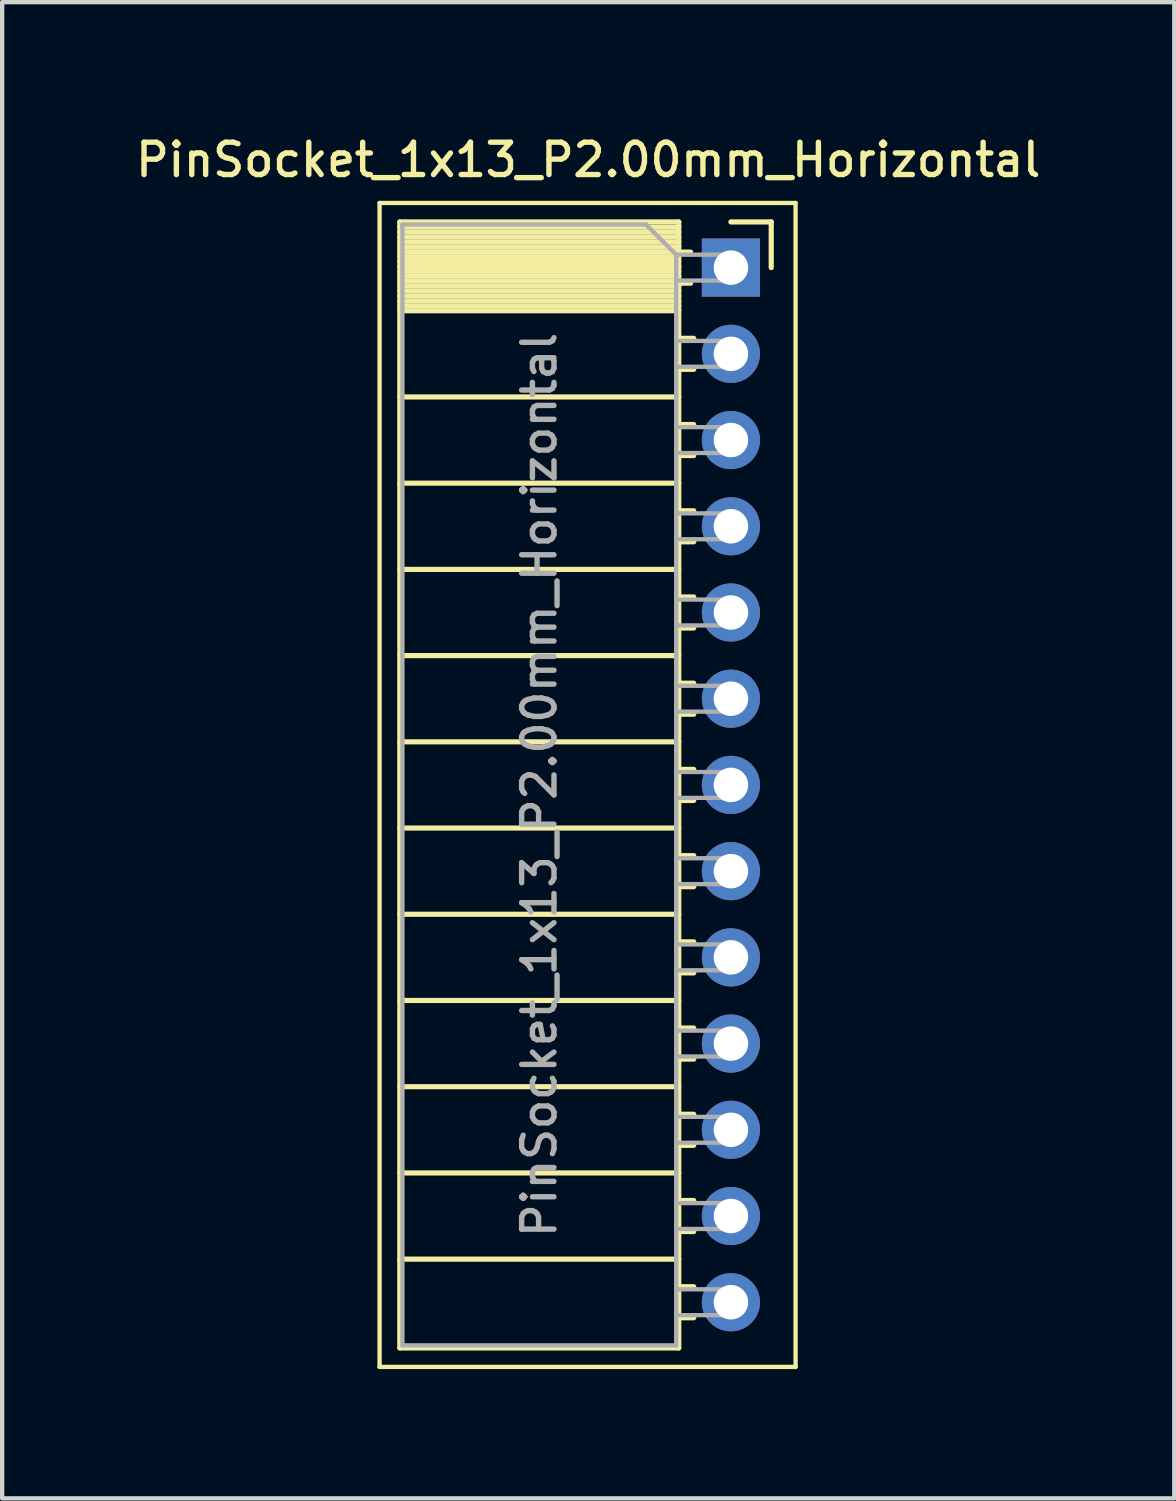
<source format=kicad_pcb>
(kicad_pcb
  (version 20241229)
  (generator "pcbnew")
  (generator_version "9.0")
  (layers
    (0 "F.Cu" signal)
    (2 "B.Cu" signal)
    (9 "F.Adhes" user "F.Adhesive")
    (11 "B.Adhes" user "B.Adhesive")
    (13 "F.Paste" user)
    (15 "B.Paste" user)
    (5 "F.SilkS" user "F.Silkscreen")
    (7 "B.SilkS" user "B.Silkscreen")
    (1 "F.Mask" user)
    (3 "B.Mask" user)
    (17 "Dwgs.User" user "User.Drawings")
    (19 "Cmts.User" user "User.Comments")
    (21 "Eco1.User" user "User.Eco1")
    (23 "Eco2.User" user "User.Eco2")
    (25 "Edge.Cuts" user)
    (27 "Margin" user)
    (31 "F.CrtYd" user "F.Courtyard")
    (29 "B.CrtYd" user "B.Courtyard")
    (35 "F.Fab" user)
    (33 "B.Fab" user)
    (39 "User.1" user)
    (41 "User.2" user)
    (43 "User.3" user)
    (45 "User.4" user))
  (footprint "PinSocket_1x13_P2.00mm_Horizontal"
    (layer "F.Cu")
    (at 13.905 3.158)
    (property "Reference" "PinSocket_1x13_P2.00mm_Horizontal" (at -3.31 -2.5 0) (layer "F.SilkS") (effects (font (size 0.75 0.75) (thickness 0.125))))
    (attr through_hole)
    (fp_line (start -8.15 -1.5) (end -8.15 25.5) (stroke (width 0.1) (type solid)) (layer "F.SilkS"))
    (fp_line (start -8.15 25.5) (end 1.5 25.5) (stroke (width 0.1) (type solid)) (layer "F.SilkS"))
    (fp_line (start -7.68 -1.06) (end -7.68 25.06) (stroke (width 0.12) (type solid)) (layer "F.SilkS"))
    (fp_line (start -7.68 -1.06) (end -1.21 -1.06) (stroke (width 0.12) (type solid)) (layer "F.SilkS"))
    (fp_line (start -7.68 -0.94) (end -1.21 -0.94) (stroke (width 0.12) (type solid)) (layer "F.SilkS"))
    (fp_line (start -7.68 -0.826) (end -1.21 -0.826) (stroke (width 0.12) (type solid)) (layer "F.SilkS"))
    (fp_line (start -7.68 -0.712) (end -1.21 -0.712) (stroke (width 0.12) (type solid)) (layer "F.SilkS"))
    (fp_line (start -7.68 -0.598) (end -1.21 -0.598) (stroke (width 0.12) (type solid)) (layer "F.SilkS"))
    (fp_line (start -7.68 -0.484) (end -1.21 -0.484) (stroke (width 0.12) (type solid)) (layer "F.SilkS"))
    (fp_line (start -7.68 -0.369) (end -1.21 -0.369) (stroke (width 0.12) (type solid)) (layer "F.SilkS"))
    (fp_line (start -7.68 -0.255) (end -1.21 -0.255) (stroke (width 0.12) (type solid)) (layer "F.SilkS"))
    (fp_line (start -7.68 -0.141) (end -1.21 -0.141) (stroke (width 0.12) (type solid)) (layer "F.SilkS"))
    (fp_line (start -7.68 -0.027) (end -1.21 -0.027) (stroke (width 0.12) (type solid)) (layer "F.SilkS"))
    (fp_line (start -7.68 0.087) (end -1.21 0.087) (stroke (width 0.12) (type solid)) (layer "F.SilkS"))
    (fp_line (start -7.68 0.201) (end -1.21 0.201) (stroke (width 0.12) (type solid)) (layer "F.SilkS"))
    (fp_line (start -7.68 0.315) (end -1.21 0.315) (stroke (width 0.12) (type solid)) (layer "F.SilkS"))
    (fp_line (start -7.68 0.429) (end -1.21 0.429) (stroke (width 0.12) (type solid)) (layer "F.SilkS"))
    (fp_line (start -7.68 0.544) (end -1.21 0.544) (stroke (width 0.12) (type solid)) (layer "F.SilkS"))
    (fp_line (start -7.68 0.658) (end -1.21 0.658) (stroke (width 0.12) (type solid)) (layer "F.SilkS"))
    (fp_line (start -7.68 0.772) (end -1.21 0.772) (stroke (width 0.12) (type solid)) (layer "F.SilkS"))
    (fp_line (start -7.68 0.886) (end -1.21 0.886) (stroke (width 0.12) (type solid)) (layer "F.SilkS"))
    (fp_line (start -7.68 1) (end -1.21 1) (stroke (width 0.12) (type solid)) (layer "F.SilkS"))
    (fp_line (start -7.68 3) (end -1.21 3) (stroke (width 0.12) (type solid)) (layer "F.SilkS"))
    (fp_line (start -7.68 5) (end -1.21 5) (stroke (width 0.12) (type solid)) (layer "F.SilkS"))
    (fp_line (start -7.68 7) (end -1.21 7) (stroke (width 0.12) (type solid)) (layer "F.SilkS"))
    (fp_line (start -7.68 9) (end -1.21 9) (stroke (width 0.12) (type solid)) (layer "F.SilkS"))
    (fp_line (start -7.68 11) (end -1.21 11) (stroke (width 0.12) (type solid)) (layer "F.SilkS"))
    (fp_line (start -7.68 13) (end -1.21 13) (stroke (width 0.12) (type solid)) (layer "F.SilkS"))
    (fp_line (start -7.68 15) (end -1.21 15) (stroke (width 0.12) (type solid)) (layer "F.SilkS"))
    (fp_line (start -7.68 17) (end -1.21 17) (stroke (width 0.12) (type solid)) (layer "F.SilkS"))
    (fp_line (start -7.68 19) (end -1.21 19) (stroke (width 0.12) (type solid)) (layer "F.SilkS"))
    (fp_line (start -7.68 21) (end -1.21 21) (stroke (width 0.12) (type solid)) (layer "F.SilkS"))
    (fp_line (start -7.68 23) (end -1.21 23) (stroke (width 0.12) (type solid)) (layer "F.SilkS"))
    (fp_line (start -7.68 25.06) (end -1.21 25.06) (stroke (width 0.12) (type solid)) (layer "F.SilkS"))
    (fp_line (start -1.21 -1.06) (end -1.21 25.06) (stroke (width 0.12) (type solid)) (layer "F.SilkS"))
    (fp_line (start -1.21 -0.36) (end -0.935 -0.36) (stroke (width 0.12) (type solid)) (layer "F.SilkS"))
    (fp_line (start -1.21 0.36) (end -0.935 0.36) (stroke (width 0.12) (type solid)) (layer "F.SilkS"))
    (fp_line (start -1.21 1.64) (end -0.863 1.64) (stroke (width 0.12) (type solid)) (layer "F.SilkS"))
    (fp_line (start -1.21 2.36) (end -0.863 2.36) (stroke (width 0.12) (type solid)) (layer "F.SilkS"))
    (fp_line (start -1.21 3.64) (end -0.863 3.64) (stroke (width 0.12) (type solid)) (layer "F.SilkS"))
    (fp_line (start -1.21 4.36) (end -0.863 4.36) (stroke (width 0.12) (type solid)) (layer "F.SilkS"))
    (fp_line (start -1.21 5.64) (end -0.863 5.64) (stroke (width 0.12) (type solid)) (layer "F.SilkS"))
    (fp_line (start -1.21 6.36) (end -0.863 6.36) (stroke (width 0.12) (type solid)) (layer "F.SilkS"))
    (fp_line (start -1.21 7.64) (end -0.863 7.64) (stroke (width 0.12) (type solid)) (layer "F.SilkS"))
    (fp_line (start -1.21 8.36) (end -0.863 8.36) (stroke (width 0.12) (type solid)) (layer "F.SilkS"))
    (fp_line (start -1.21 9.64) (end -0.863 9.64) (stroke (width 0.12) (type solid)) (layer "F.SilkS"))
    (fp_line (start -1.21 10.36) (end -0.863 10.36) (stroke (width 0.12) (type solid)) (layer "F.SilkS"))
    (fp_line (start -1.21 11.64) (end -0.863 11.64) (stroke (width 0.12) (type solid)) (layer "F.SilkS"))
    (fp_line (start -1.21 12.36) (end -0.863 12.36) (stroke (width 0.12) (type solid)) (layer "F.SilkS"))
    (fp_line (start -1.21 13.64) (end -0.863 13.64) (stroke (width 0.12) (type solid)) (layer "F.SilkS"))
    (fp_line (start -1.21 14.36) (end -0.863 14.36) (stroke (width 0.12) (type solid)) (layer "F.SilkS"))
    (fp_line (start -1.21 15.64) (end -0.863 15.64) (stroke (width 0.12) (type solid)) (layer "F.SilkS"))
    (fp_line (start -1.21 16.36) (end -0.863 16.36) (stroke (width 0.12) (type solid)) (layer "F.SilkS"))
    (fp_line (start -1.21 17.64) (end -0.863 17.64) (stroke (width 0.12) (type solid)) (layer "F.SilkS"))
    (fp_line (start -1.21 18.36) (end -0.863 18.36) (stroke (width 0.12) (type solid)) (layer "F.SilkS"))
    (fp_line (start -1.21 19.64) (end -0.863 19.64) (stroke (width 0.12) (type solid)) (layer "F.SilkS"))
    (fp_line (start -1.21 20.36) (end -0.863 20.36) (stroke (width 0.12) (type solid)) (layer "F.SilkS"))
    (fp_line (start -1.21 21.64) (end -0.863 21.64) (stroke (width 0.12) (type solid)) (layer "F.SilkS"))
    (fp_line (start -1.21 22.36) (end -0.863 22.36) (stroke (width 0.12) (type solid)) (layer "F.SilkS"))
    (fp_line (start -1.21 23.64) (end -0.863 23.64) (stroke (width 0.12) (type solid)) (layer "F.SilkS"))
    (fp_line (start -1.21 24.36) (end -0.863 24.36) (stroke (width 0.12) (type solid)) (layer "F.SilkS"))
    (fp_line (start 0 -1.06) (end 0.935 -1.06) (stroke (width 0.12) (type solid)) (layer "F.SilkS"))
    (fp_line (start 0.935 -1.06) (end 0.935 0) (stroke (width 0.12) (type solid)) (layer "F.SilkS"))
    (fp_line (start 1.5 -1.5) (end -8.15 -1.5) (stroke (width 0.1) (type solid)) (layer "F.SilkS"))
    (fp_line (start 1.5 25.5) (end 1.5 -1.5) (stroke (width 0.1) (type solid)) (layer "F.SilkS"))
    (fp_line (start -7.62 -1) (end -1.97 -1) (stroke (width 0.1) (type solid)) (layer "F.Fab"))
    (fp_line (start -7.62 25) (end -7.62 -1) (stroke (width 0.1) (type solid)) (layer "F.Fab"))
    (fp_line (start -1.97 -1) (end -1.27 -0.3) (stroke (width 0.1) (type solid)) (layer "F.Fab"))
    (fp_line (start -1.27 -0.3) (end -1.27 25) (stroke (width 0.1) (type solid)) (layer "F.Fab"))
    (fp_line (start -1.27 0.3) (end 0 0.3) (stroke (width 0.1) (type solid)) (layer "F.Fab"))
    (fp_line (start -1.27 2.3) (end 0 2.3) (stroke (width 0.1) (type solid)) (layer "F.Fab"))
    (fp_line (start -1.27 4.3) (end 0 4.3) (stroke (width 0.1) (type solid)) (layer "F.Fab"))
    (fp_line (start -1.27 6.3) (end 0 6.3) (stroke (width 0.1) (type solid)) (layer "F.Fab"))
    (fp_line (start -1.27 8.3) (end 0 8.3) (stroke (width 0.1) (type solid)) (layer "F.Fab"))
    (fp_line (start -1.27 10.3) (end 0 10.3) (stroke (width 0.1) (type solid)) (layer "F.Fab"))
    (fp_line (start -1.27 12.3) (end 0 12.3) (stroke (width 0.1) (type solid)) (layer "F.Fab"))
    (fp_line (start -1.27 14.3) (end 0 14.3) (stroke (width 0.1) (type solid)) (layer "F.Fab"))
    (fp_line (start -1.27 16.3) (end 0 16.3) (stroke (width 0.1) (type solid)) (layer "F.Fab"))
    (fp_line (start -1.27 18.3) (end 0 18.3) (stroke (width 0.1) (type solid)) (layer "F.Fab"))
    (fp_line (start -1.27 20.3) (end 0 20.3) (stroke (width 0.1) (type solid)) (layer "F.Fab"))
    (fp_line (start -1.27 22.3) (end 0 22.3) (stroke (width 0.1) (type solid)) (layer "F.Fab"))
    (fp_line (start -1.27 24.3) (end 0 24.3) (stroke (width 0.1) (type solid)) (layer "F.Fab"))
    (fp_line (start -1.27 25) (end -7.62 25) (stroke (width 0.1) (type solid)) (layer "F.Fab"))
    (fp_line (start 0 -0.3) (end -1.27 -0.3) (stroke (width 0.1) (type solid)) (layer "F.Fab"))
    (fp_line (start 0 0.3) (end 0 -0.3) (stroke (width 0.1) (type solid)) (layer "F.Fab"))
    (fp_line (start 0 1.7) (end -1.27 1.7) (stroke (width 0.1) (type solid)) (layer "F.Fab"))
    (fp_line (start 0 2.3) (end 0 1.7) (stroke (width 0.1) (type solid)) (layer "F.Fab"))
    (fp_line (start 0 3.7) (end -1.27 3.7) (stroke (width 0.1) (type solid)) (layer "F.Fab"))
    (fp_line (start 0 4.3) (end 0 3.7) (stroke (width 0.1) (type solid)) (layer "F.Fab"))
    (fp_line (start 0 5.7) (end -1.27 5.7) (stroke (width 0.1) (type solid)) (layer "F.Fab"))
    (fp_line (start 0 6.3) (end 0 5.7) (stroke (width 0.1) (type solid)) (layer "F.Fab"))
    (fp_line (start 0 7.7) (end -1.27 7.7) (stroke (width 0.1) (type solid)) (layer "F.Fab"))
    (fp_line (start 0 8.3) (end 0 7.7) (stroke (width 0.1) (type solid)) (layer "F.Fab"))
    (fp_line (start 0 9.7) (end -1.27 9.7) (stroke (width 0.1) (type solid)) (layer "F.Fab"))
    (fp_line (start 0 10.3) (end 0 9.7) (stroke (width 0.1) (type solid)) (layer "F.Fab"))
    (fp_line (start 0 11.7) (end -1.27 11.7) (stroke (width 0.1) (type solid)) (layer "F.Fab"))
    (fp_line (start 0 12.3) (end 0 11.7) (stroke (width 0.1) (type solid)) (layer "F.Fab"))
    (fp_line (start 0 13.7) (end -1.27 13.7) (stroke (width 0.1) (type solid)) (layer "F.Fab"))
    (fp_line (start 0 14.3) (end 0 13.7) (stroke (width 0.1) (type solid)) (layer "F.Fab"))
    (fp_line (start 0 15.7) (end -1.27 15.7) (stroke (width 0.1) (type solid)) (layer "F.Fab"))
    (fp_line (start 0 16.3) (end 0 15.7) (stroke (width 0.1) (type solid)) (layer "F.Fab"))
    (fp_line (start 0 17.7) (end -1.27 17.7) (stroke (width 0.1) (type solid)) (layer "F.Fab"))
    (fp_line (start 0 18.3) (end 0 17.7) (stroke (width 0.1) (type solid)) (layer "F.Fab"))
    (fp_line (start 0 19.7) (end -1.27 19.7) (stroke (width 0.1) (type solid)) (layer "F.Fab"))
    (fp_line (start 0 20.3) (end 0 19.7) (stroke (width 0.1) (type solid)) (layer "F.Fab"))
    (fp_line (start 0 21.7) (end -1.27 21.7) (stroke (width 0.1) (type solid)) (layer "F.Fab"))
    (fp_line (start 0 22.3) (end 0 21.7) (stroke (width 0.1) (type solid)) (layer "F.Fab"))
    (fp_line (start 0 23.7) (end -1.27 23.7) (stroke (width 0.1) (type solid)) (layer "F.Fab"))
    (fp_line (start 0 24.3) (end 0 23.7) (stroke (width 0.1) (type solid)) (layer "F.Fab"))
    (fp_text user "${REFERENCE}" (at -4.445 12 90) (layer "F.Fab") (effects (font (size 0.75 0.75) (thickness 0.125))))
    (pad "1" thru_hole rect (at 0 0) (size 1.35 1.35) (drill 0.8) (layers "*.Cu" "*.Mask"))
    (pad "2" thru_hole oval (at 0 2) (size 1.35 1.35) (drill 0.8) (layers "*.Cu" "*.Mask"))
    (pad "3" thru_hole oval (at 0 4) (size 1.35 1.35) (drill 0.8) (layers "*.Cu" "*.Mask"))
    (pad "4" thru_hole oval (at 0 6) (size 1.35 1.35) (drill 0.8) (layers "*.Cu" "*.Mask"))
    (pad "5" thru_hole oval (at 0 8) (size 1.35 1.35) (drill 0.8) (layers "*.Cu" "*.Mask"))
    (pad "6" thru_hole oval (at 0 10) (size 1.35 1.35) (drill 0.8) (layers "*.Cu" "*.Mask"))
    (pad "7" thru_hole oval (at 0 12) (size 1.35 1.35) (drill 0.8) (layers "*.Cu" "*.Mask"))
    (pad "8" thru_hole oval (at 0 14) (size 1.35 1.35) (drill 0.8) (layers "*.Cu" "*.Mask"))
    (pad "9" thru_hole oval (at 0 16) (size 1.35 1.35) (drill 0.8) (layers "*.Cu" "*.Mask"))
    (pad "10" thru_hole oval (at 0 18) (size 1.35 1.35) (drill 0.8) (layers "*.Cu" "*.Mask"))
    (pad "11" thru_hole oval (at 0 20) (size 1.35 1.35) (drill 0.8) (layers "*.Cu" "*.Mask"))
    (pad "12" thru_hole oval (at 0 22) (size 1.35 1.35) (drill 0.8) (layers "*.Cu" "*.Mask"))
    (pad "13" thru_hole oval (at 0 24) (size 1.35 1.35) (drill 0.8) (layers "*.Cu" "*.Mask")))
  (gr_rect
    (start -3 -3)
    (end 24.189 31.708)
    (stroke (width 0.1) (type default))
    (fill no)
    (layer "Edge.Cuts")))
</source>
